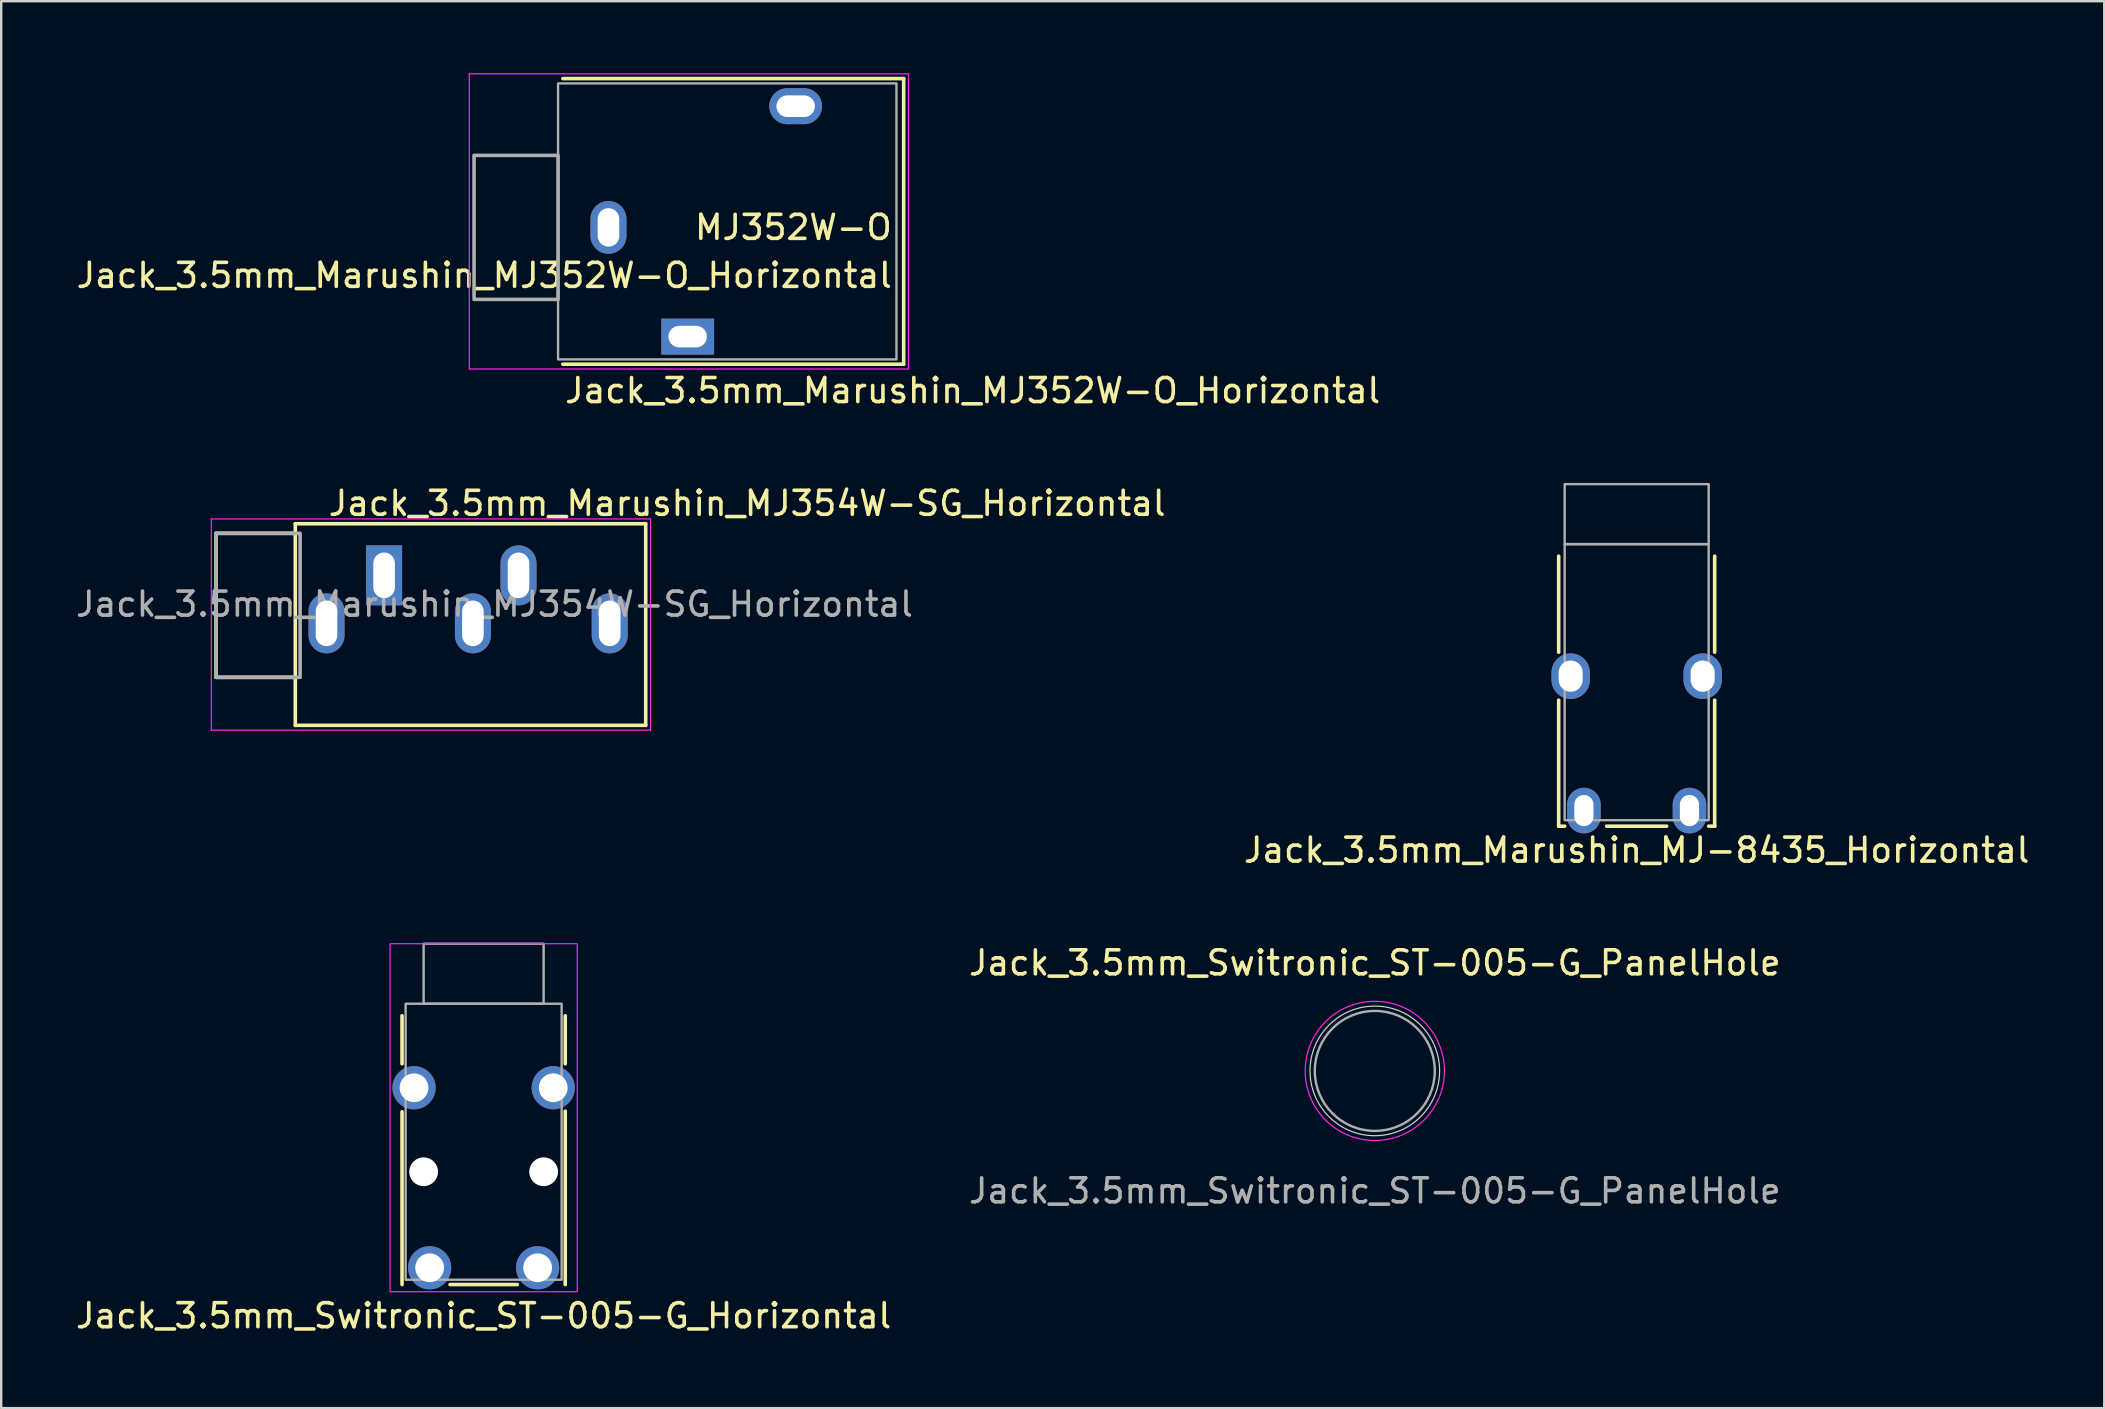
<source format=kicad_pcb>
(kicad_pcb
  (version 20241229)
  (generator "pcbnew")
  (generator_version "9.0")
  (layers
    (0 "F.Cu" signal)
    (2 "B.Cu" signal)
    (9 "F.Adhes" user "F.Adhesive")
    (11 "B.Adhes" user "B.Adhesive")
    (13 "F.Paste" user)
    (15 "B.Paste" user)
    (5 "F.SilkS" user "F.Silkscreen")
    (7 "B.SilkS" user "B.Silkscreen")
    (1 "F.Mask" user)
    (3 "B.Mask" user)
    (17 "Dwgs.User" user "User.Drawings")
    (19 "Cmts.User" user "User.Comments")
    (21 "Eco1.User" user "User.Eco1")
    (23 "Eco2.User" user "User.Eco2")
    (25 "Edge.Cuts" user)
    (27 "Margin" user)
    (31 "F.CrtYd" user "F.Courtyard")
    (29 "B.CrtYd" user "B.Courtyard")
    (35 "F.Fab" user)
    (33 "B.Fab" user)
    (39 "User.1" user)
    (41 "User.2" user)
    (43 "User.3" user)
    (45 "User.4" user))
  (footprint "Jack_3.5mm_Marushin_MJ-8435_Horizontal"
    (layer "F.Cu")
    (at 65.143 19.623)
    (property "Reference" "Jack_3.5mm_Marushin_MJ-8435_Horizontal" (at 0 12.75 0) (layer "F.SilkS") (effects (font (size 1 1) (thickness 0.15))))
    (attr through_hole)
    (fp_line (start -3.25 4.5) (end -3.25 0.5) (stroke (width 0.15) (type solid)) (layer "F.SilkS"))
    (fp_line (start -3.25 6.5) (end -3.25 11.75) (stroke (width 0.15) (type default)) (layer "F.SilkS"))
    (fp_line (start -3.25 11.75) (end -3 11.75) (stroke (width 0.15) (type default)) (layer "F.SilkS"))
    (fp_line (start 1.25 11.75) (end -1.25 11.75) (stroke (width 0.15) (type solid)) (layer "F.SilkS"))
    (fp_line (start 3.25 4.5) (end 3.25 0.5) (stroke (width 0.15) (type solid)) (layer "F.SilkS"))
    (fp_line (start 3.25 6.5) (end 3.25 11.75) (stroke (width 0.15) (type default)) (layer "F.SilkS"))
    (fp_line (start 3.25 11.75) (end 3 11.75) (stroke (width 0.15) (type default)) (layer "F.SilkS"))
    (fp_rect (start -3 -2.5) (end 3 0) (stroke (width 0.1) (type default)) (fill no) (layer "F.Fab"))
    (fp_rect (start -3 0) (end 3 11.5) (stroke (width 0.1) (type default)) (fill no) (layer "F.Fab"))
    (pad "R" thru_hole oval (at 2.2 11.1) (size 1.4 1.9) (drill oval 0.8 1.3) (layers "*.Cu" "*.Mask"))
    (pad "S" thru_hole oval (at -2.2 11.1) (size 1.4 1.9) (drill oval 0.8 1.3) (layers "*.Cu" "*.Mask"))
    (pad "T" thru_hole oval (at -2.75 5.5) (size 1.6 1.9) (drill oval 1 1.3) (layers "*.Cu" "*.Mask"))
    (pad "T" thru_hole oval (at 2.75 5.5) (size 1.6 1.9) (drill oval 1 1.3) (layers "*.Cu" "*.Mask")))
  (footprint "Jack_3.5mm_Marushin_MJ352W-O_Horizontal"
    (layer "F.Cu")
    (at 20.202 6.425)
    (property "Reference" "Jack_3.5mm_Marushin_MJ352W-O_Horizontal" (at 0.2 6.8 0) (layer "F.SilkS") (effects (font (size 1 1) (thickness 0.15)) (justify left)))
    (attr through_hole)
    (fp_line (start 0.2 -6.2) (end 14.4 -6.2) (stroke (width 0.15) (type solid)) (layer "F.SilkS"))
    (fp_line (start 14.4 -6.2) (end 14.4 5.7) (stroke (width 0.15) (type solid)) (layer "F.SilkS"))
    (fp_line (start 14.4 5.7) (end 0.2 5.7) (stroke (width 0.15) (type solid)) (layer "F.SilkS"))
    (fp_line (start -3.7 -6.4) (end -3.7 5.9) (stroke (width 0.05) (type solid)) (layer "F.CrtYd"))
    (fp_line (start -3.7 5.9) (end 14.6 5.9) (stroke (width 0.05) (type solid)) (layer "F.CrtYd"))
    (fp_line (start 14.6 -6.4) (end -3.7 -6.4) (stroke (width 0.05) (type solid)) (layer "F.CrtYd"))
    (fp_line (start 14.6 5.9) (end 14.6 -6.4) (stroke (width 0.05) (type solid)) (layer "F.CrtYd"))
    (fp_rect (start -3.5 -3) (end 0 3) (stroke (width 0.15) (type default)) (fill no) (layer "F.Fab"))
    (fp_rect (start 0 -6) (end 14.1 5.5) (stroke (width 0.1) (type default)) (fill no) (layer "F.Fab"))
    (fp_text user "MJ352W-O" (at 14 0 0) (unlocked yes) (layer "F.SilkS") (effects (font (size 1 1) (thickness 0.15)) (justify right)))
    (fp_text user "${REFERENCE}" (at 14 2 0) (layer "F.SilkS") (effects (font (size 1 1) (thickness 0.15)) (justify right)))
    (pad "R" thru_hole oval (at 9.9 -5.05) (size 2.2 1.5) (drill oval 1.6 0.9) (layers "*.Cu" "*.Mask"))
    (pad "S" thru_hole oval (at 2.1 0 90) (size 2.2 1.5) (drill oval 1.6 0.9) (layers "*.Cu" "*.Mask"))
    (pad "T" thru_hole rect (at 5.4 4.55) (size 2.2 1.5) (drill oval 1.6 0.9) (layers "*.Cu" "*.Mask")))
  (footprint "Jack_3.5mm_Switronic_ST-005-G_Horizontal"
    (layer "F.Cu")
    (at 17.101 38.772)
    (property "Reference" "Jack_3.5mm_Switronic_ST-005-G_Horizontal" (at 0 13 0) (layer "F.SilkS") (effects (font (size 1 1) (thickness 0.15))))
    (attr through_hole)
    (fp_line (start -3.4 0.5) (end -3.4 2.5) (stroke (width 0.15) (type solid)) (layer "F.SilkS"))
    (fp_line (start -3.4 4.5) (end -3.4 11.7) (stroke (width 0.15) (type default)) (layer "F.SilkS"))
    (fp_line (start -1.4 11.7) (end 1.4 11.7) (stroke (width 0.15) (type solid)) (layer "F.SilkS"))
    (fp_line (start 3.4 2.5) (end 3.4 0.5) (stroke (width 0.15) (type solid)) (layer "F.SilkS"))
    (fp_line (start 3.4 11.7) (end 3.4 4.475) (stroke (width 0.15) (type solid)) (layer "F.SilkS"))
    (fp_rect (start -3.9 -2.5) (end 3.9 12) (stroke (width 0.05) (type default)) (fill no) (layer "F.CrtYd"))
    (fp_rect (start -3.25 0) (end 3.25 11.5) (stroke (width 0.1) (type default)) (fill no) (layer "F.Fab"))
    (fp_rect (start -2.5 -2.5) (end 2.5 0) (stroke (width 0.1) (type default)) (fill no) (layer "F.Fab"))
    (pad "" np_thru_hole circle (at -2.5 7) (size 1.2 1.2) (drill 1.2) (layers "*.Cu" "*.Mask"))
    (pad "" np_thru_hole circle (at 2.5 7) (size 1.2 1.2) (drill 1.2) (layers "*.Cu" "*.Mask"))
    (pad "R" thru_hole circle (at 2.25 11) (size 1.8 1.8) (drill 1.2) (layers "*.Cu" "*.Mask"))
    (pad "S" thru_hole circle (at -2.25 11) (size 1.8 1.8) (drill 1.2) (layers "*.Cu" "*.Mask"))
    (pad "T" thru_hole circle (at -2.9 3.5) (size 1.8 1.8) (drill 1.2) (layers "*.Cu" "*.Mask"))
    (pad "T" thru_hole circle (at 2.9 3.5) (size 1.8 1.8) (drill 1.2) (layers "*.Cu" "*.Mask")))
  (footprint "Jack_3.5mm_Switronic_ST-005-G_PanelHole"
    (layer "F.Cu")
    (at 54.232 44.07)
    (property "Reference" "Jack_3.5mm_Switronic_ST-005-G_PanelHole" (at 0 -7 0) (unlocked yes) (layer "F.SilkS") (effects (font (size 1 1) (thickness 0.15))))
    (attr board_only exclude_from_pos_files exclude_from_bom)
    (fp_circle (center 0 -2.5) (end 2.7 -2.5) (stroke (width 0.05) (type default)) (fill no) (layer "Edge.Cuts"))
    (fp_circle (center 0 -2.5) (end 2.9 -2.5) (stroke (width 0.05) (type default)) (fill no) (layer "F.CrtYd"))
    (fp_circle (center 0 -2.5) (end 2.5 -2.5) (stroke (width 0.1) (type default)) (fill no) (layer "F.Fab"))
    (fp_text user "${REFERENCE}" (at 0 2.5 0) (unlocked yes) (layer "F.Fab") (effects (font (size 1 1) (thickness 0.15)))))
  (footprint "Jack_3.5mm_Marushin_MJ354W-SG_Horizontal"
    (layer "F.Cu")
    (at 10.554 22.922)
    (property "Reference" "Jack_3.5mm_Marushin_MJ354W-SG_Horizontal" (at 0 -5 0) (layer "F.SilkS") (effects (font (size 1 1) (thickness 0.15)) (justify left)))
    (attr through_hole)
    (fp_line (start -4.6 -3.75) (end -4.6 2.25) (stroke (width 0.15) (type default)) (layer "F.SilkS"))
    (fp_line (start -4.6 2.25) (end -1.3 2.25) (stroke (width 0.15) (type default)) (layer "F.SilkS"))
    (fp_line (start -1.3 -4.15) (end 13.3 -4.15) (stroke (width 0.15) (type solid)) (layer "F.SilkS"))
    (fp_line (start -1.3 -3.75) (end -4.6 -3.75) (stroke (width 0.15) (type default)) (layer "F.SilkS"))
    (fp_line (start -1.3 4.25) (end -1.3 -4.15) (stroke (width 0.15) (type solid)) (layer "F.SilkS"))
    (fp_line (start 13.3 -4.15) (end 13.3 4.25) (stroke (width 0.15) (type solid)) (layer "F.SilkS"))
    (fp_line (start 13.3 4.25) (end -1.3 4.25) (stroke (width 0.15) (type solid)) (layer "F.SilkS"))
    (fp_line (start -4.8 -4.35) (end -4.8 4.45) (stroke (width 0.05) (type solid)) (layer "F.CrtYd"))
    (fp_line (start -4.8 4.45) (end 13.5 4.45) (stroke (width 0.05) (type solid)) (layer "F.CrtYd"))
    (fp_line (start 13.5 -4.35) (end -4.8 -4.35) (stroke (width 0.05) (type solid)) (layer "F.CrtYd"))
    (fp_line (start 13.5 4.45) (end 13.5 -4.35) (stroke (width 0.05) (type solid)) (layer "F.CrtYd"))
    (fp_rect (start -4.6 -3.75) (end -1.1 2.25) (stroke (width 0.15) (type default)) (fill no) (layer "F.Fab"))
    (fp_text user "${REFERENCE}" (at 7 -0.8 0) (layer "F.Fab") (effects (font (size 1 1) (thickness 0.15))))
    (pad "R" thru_hole oval (at 8 -2 90) (size 2.5 1.5) (drill oval 1.9 0.9) (layers "*.Cu" "*.Mask"))
    (pad "RN" thru_hole oval (at 6.1 0 90) (size 2.5 1.5) (drill oval 1.9 0.9) (layers "*.Cu" "*.Mask"))
    (pad "S" thru_hole oval (at 0 0 90) (size 2.5 1.5) (drill oval 1.9 0.9) (layers "*.Cu" "*.Mask"))
    (pad "T" thru_hole rect (at 2.4 -2 90) (size 2.5 1.5) (drill oval 1.9 0.9) (layers "*.Cu" "*.Mask"))
    (pad "TN" thru_hole oval (at 11.8 0 90) (size 2.5 1.5) (drill oval 1.9 0.9) (layers "*.Cu" "*.Mask")))
  (gr_rect
    (start -3 -3)
    (end 84.625 55.62)
    (stroke (width 0.1) (type default))
    (fill no)
    (layer "Edge.Cuts")))
</source>
